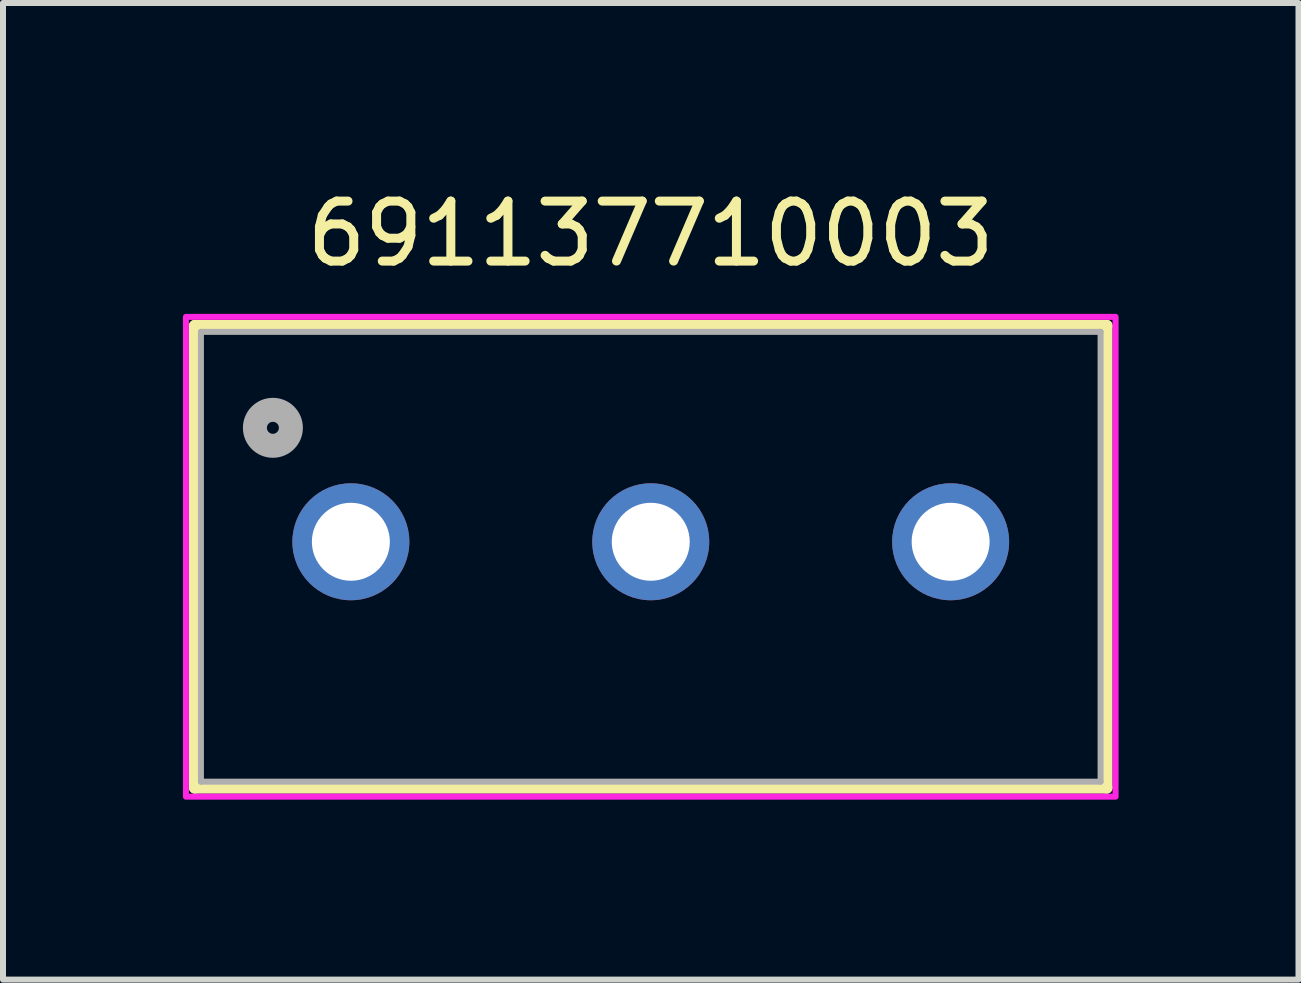
<source format=kicad_pcb>
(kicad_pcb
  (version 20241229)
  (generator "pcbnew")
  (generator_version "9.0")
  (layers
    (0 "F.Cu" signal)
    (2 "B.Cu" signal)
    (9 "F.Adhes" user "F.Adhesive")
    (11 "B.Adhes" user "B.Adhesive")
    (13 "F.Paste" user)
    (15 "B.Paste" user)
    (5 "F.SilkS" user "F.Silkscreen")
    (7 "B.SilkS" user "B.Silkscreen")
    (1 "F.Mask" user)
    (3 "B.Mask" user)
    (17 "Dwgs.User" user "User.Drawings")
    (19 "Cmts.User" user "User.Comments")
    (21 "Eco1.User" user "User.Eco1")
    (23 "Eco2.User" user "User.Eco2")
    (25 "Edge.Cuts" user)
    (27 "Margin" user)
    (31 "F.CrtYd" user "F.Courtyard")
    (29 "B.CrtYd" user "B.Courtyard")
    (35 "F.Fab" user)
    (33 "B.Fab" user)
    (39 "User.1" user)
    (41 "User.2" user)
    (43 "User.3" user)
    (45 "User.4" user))
  (footprint "691137710003"
    (layer "F.Cu")
    (at 7.8 5.983)
    (property "Reference" "691137710003" (at 0 -5.135 0) (layer "F.SilkS") (effects (font (size 1 1) (thickness 0.15))))
    (attr through_hole)
    (fp_line (start -7.6 -3.6) (end 7.6 -3.6) (stroke (width 0.2) (type solid)) (layer "F.SilkS"))
    (fp_line (start -7.6 4.1) (end -7.6 -3.6) (stroke (width 0.2) (type solid)) (layer "F.SilkS"))
    (fp_line (start 7.6 -3.6) (end 7.6 4.1) (stroke (width 0.2) (type solid)) (layer "F.SilkS"))
    (fp_line (start 7.6 4.1) (end -7.6 4.1) (stroke (width 0.2) (type solid)) (layer "F.SilkS"))
    (fp_poly (pts (xy -7.75 -3.75) (xy 7.75 -3.75) (xy 7.75 4.25) (xy -7.75 4.25)) (stroke (width 0.1) (type solid)) (fill no) (layer "F.CrtYd"))
    (fp_line (start -7.5 -3.5) (end 7.5 -3.5) (stroke (width 0.1) (type solid)) (layer "F.Fab"))
    (fp_line (start -7.5 4) (end -7.5 -3.5) (stroke (width 0.1) (type solid)) (layer "F.Fab"))
    (fp_line (start 7.5 -3.5) (end 7.5 4) (stroke (width 0.1) (type solid)) (layer "F.Fab"))
    (fp_line (start 7.5 4) (end -7.5 4) (stroke (width 0.1) (type solid)) (layer "F.Fab"))
    (fp_circle (center -6.3 -1.9) (end -6.2 -1.9) (stroke (width 0.4) (type solid)) (fill no) (layer "F.Fab"))
    (pad "1" thru_hole circle (at -5 0) (size 1.95 1.95) (drill 1.3) (layers "*.Cu" "*.Mask"))
    (pad "2" thru_hole circle (at 0 0) (size 1.95 1.95) (drill 1.3) (layers "*.Cu" "*.Mask"))
    (pad "3" thru_hole circle (at 5 0) (size 1.95 1.95) (drill 1.3) (layers "*.Cu" "*.Mask")))
  (gr_rect
    (start -3 -3)
    (end 18.6 13.283)
    (stroke (width 0.1) (type default))
    (fill no)
    (layer "Edge.Cuts")))
</source>
